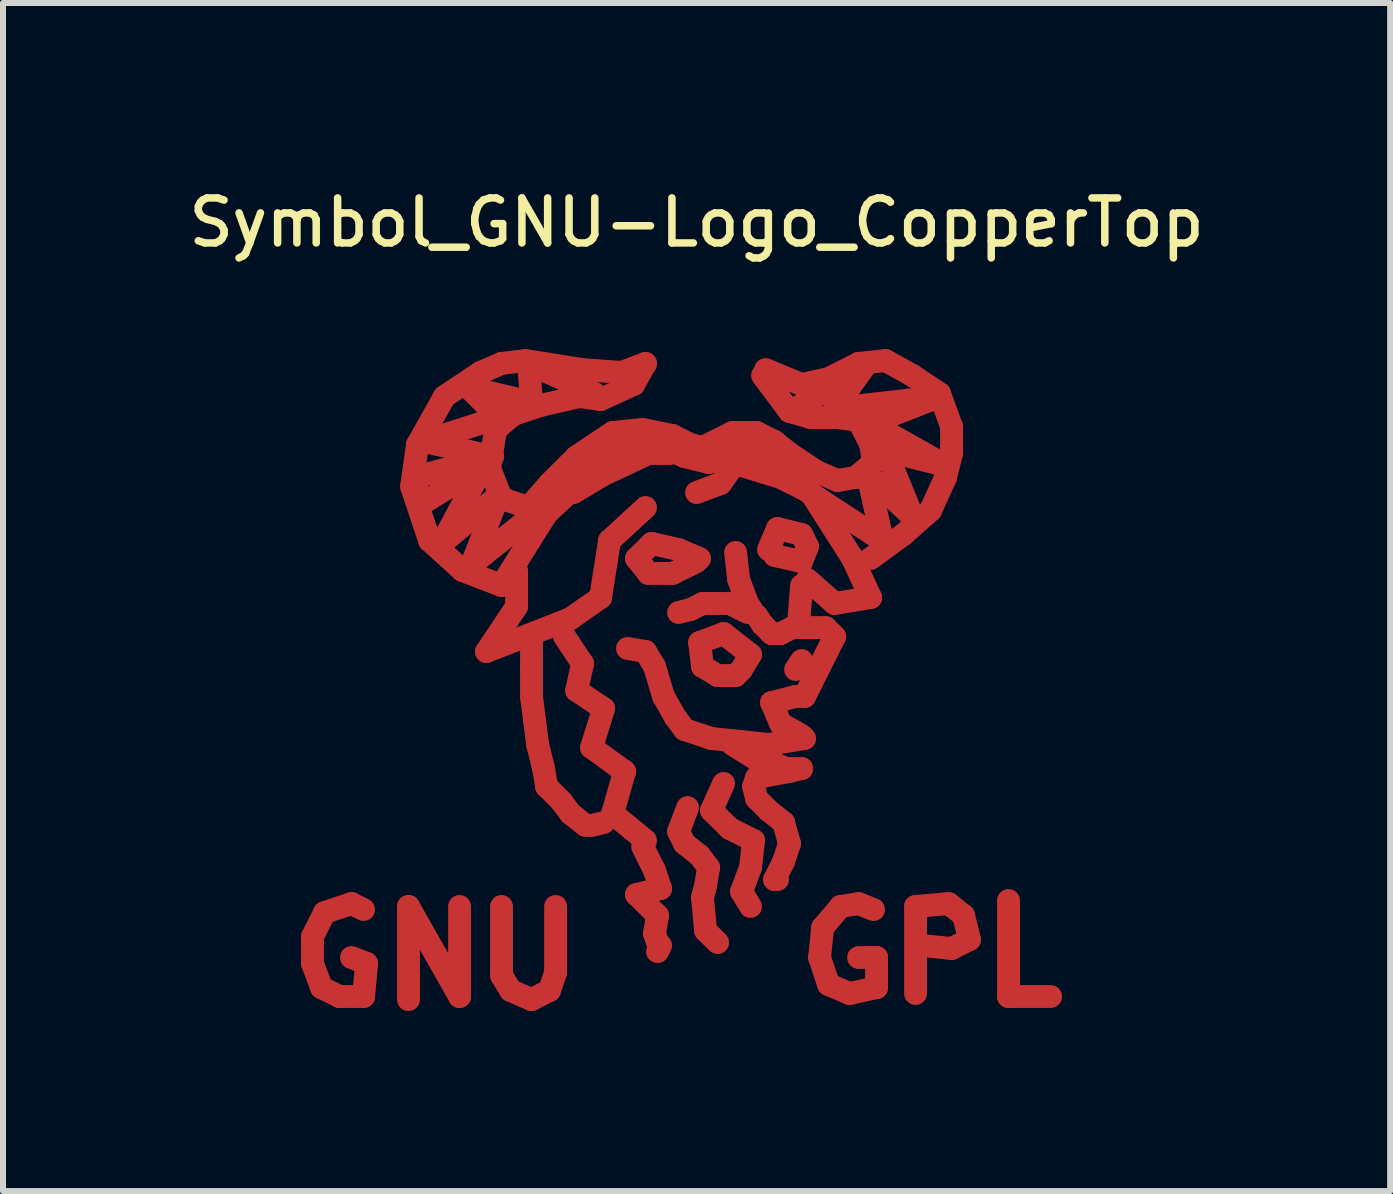
<source format=kicad_pcb>
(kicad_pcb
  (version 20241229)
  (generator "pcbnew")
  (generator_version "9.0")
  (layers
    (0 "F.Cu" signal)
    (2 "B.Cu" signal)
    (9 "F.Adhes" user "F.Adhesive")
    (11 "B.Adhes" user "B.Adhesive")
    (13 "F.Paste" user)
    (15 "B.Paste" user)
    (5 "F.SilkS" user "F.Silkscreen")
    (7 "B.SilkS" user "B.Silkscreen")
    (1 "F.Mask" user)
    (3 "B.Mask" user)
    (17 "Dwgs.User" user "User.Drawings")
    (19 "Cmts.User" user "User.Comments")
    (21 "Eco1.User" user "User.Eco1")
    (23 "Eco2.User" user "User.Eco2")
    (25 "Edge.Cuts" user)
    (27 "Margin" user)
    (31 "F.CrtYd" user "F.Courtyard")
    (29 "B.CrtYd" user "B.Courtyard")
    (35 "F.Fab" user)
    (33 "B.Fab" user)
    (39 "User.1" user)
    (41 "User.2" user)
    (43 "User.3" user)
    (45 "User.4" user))
  (footprint "Symbol_GNU-Logo_CopperTop"
    (layer "F.Cu")
    (at 8.559 6.708)
    (property "Reference" "Symbol_GNU-Logo_CopperTop" (at 0 -6.05 0) (layer "F.SilkS") (effects (font (size 0.75 0.75) (thickness 0.125))))
    (attr exclude_from_pos_files exclude_from_bom allow_missing_courtyard)
    (fp_line (start -6.401 5.85) (end -6.401 6.299) (stroke (width 0.381) (type solid)) (layer "F.Cu"))
    (fp_line (start -6.401 6.299) (end -6.251 6.701) (stroke (width 0.381) (type solid)) (layer "F.Cu"))
    (fp_line (start -6.251 6.701) (end -5.951 6.85) (stroke (width 0.381) (type solid)) (layer "F.Cu"))
    (fp_line (start -6.2 5.451) (end -6.401 5.85) (stroke (width 0.381) (type solid)) (layer "F.Cu"))
    (fp_line (start -5.951 6.85) (end -5.55 6.85) (stroke (width 0.381) (type solid)) (layer "F.Cu"))
    (fp_line (start -5.751 5.301) (end -6.2 5.451) (stroke (width 0.381) (type solid)) (layer "F.Cu"))
    (fp_line (start -5.55 5.4) (end -5.751 5.301) (stroke (width 0.381) (type solid)) (layer "F.Cu"))
    (fp_line (start -5.55 6.85) (end -5.499 6.299) (stroke (width 0.381) (type solid)) (layer "F.Cu"))
    (fp_line (start -5.499 6.299) (end -5.751 6.2) (stroke (width 0.381) (type solid)) (layer "F.Cu"))
    (fp_line (start -4.801 5.349) (end -3.95 6.85) (stroke (width 0.381) (type solid)) (layer "F.Cu"))
    (fp_line (start -4.801 6.901) (end -4.801 5.349) (stroke (width 0.381) (type solid)) (layer "F.Cu"))
    (fp_line (start -4.75 -1.651) (end -4.45 -0.749) (stroke (width 0.381) (type solid)) (layer "F.Cu"))
    (fp_line (start -4.699 -1.801) (end -3.401 -2.149) (stroke (width 0.381) (type solid)) (layer "F.Cu"))
    (fp_line (start -4.651 -2.349) (end -4.75 -1.651) (stroke (width 0.381) (type solid)) (layer "F.Cu"))
    (fp_line (start -4.6 -1.349) (end -4.699 -1.801) (stroke (width 0.381) (type solid)) (layer "F.Cu"))
    (fp_line (start -4.549 -2.4) (end -3.299 -2.799) (stroke (width 0.381) (type solid)) (layer "F.Cu"))
    (fp_line (start -4.45 -0.749) (end -3.899 -0.249) (stroke (width 0.381) (type solid)) (layer "F.Cu"))
    (fp_line (start -4.249 -0.701) (end -3.551 -1.999) (stroke (width 0.381) (type solid)) (layer "F.Cu"))
    (fp_line (start -4.201 -3.15) (end -4.651 -2.349) (stroke (width 0.381) (type solid)) (layer "F.Cu"))
    (fp_line (start -3.95 6.85) (end -3.95 5.349) (stroke (width 0.381) (type solid)) (layer "F.Cu"))
    (fp_line (start -3.899 -0.249) (end -3.251 0) (stroke (width 0.381) (type solid)) (layer "F.Cu"))
    (fp_line (start -3.8 -3.299) (end -2.751 -3.051) (stroke (width 0.381) (type solid)) (layer "F.Cu"))
    (fp_line (start -3.749 -0.351) (end -3.299 -1.501) (stroke (width 0.381) (type solid)) (layer "F.Cu"))
    (fp_line (start -3.599 -3.551) (end -4.201 -3.15) (stroke (width 0.381) (type solid)) (layer "F.Cu"))
    (fp_line (start -3.551 -1.999) (end -4.6 -1.349) (stroke (width 0.381) (type solid)) (layer "F.Cu"))
    (fp_line (start -3.5 1.1) (end -2.101 0.551) (stroke (width 0.381) (type solid)) (layer "F.Cu"))
    (fp_line (start -3.449 -1.951) (end -3.35 -2.601) (stroke (width 0.381) (type solid)) (layer "F.Cu"))
    (fp_line (start -3.401 -2.149) (end -4.549 -2.4) (stroke (width 0.381) (type solid)) (layer "F.Cu"))
    (fp_line (start -3.35 -2.601) (end -3.051 -2.85) (stroke (width 0.381) (type solid)) (layer "F.Cu"))
    (fp_line (start -3.299 -2.799) (end -3.8 -3.299) (stroke (width 0.381) (type solid)) (layer "F.Cu"))
    (fp_line (start -3.299 -1.501) (end -4.249 -0.701) (stroke (width 0.381) (type solid)) (layer "F.Cu"))
    (fp_line (start -3.251 -3.701) (end -3.599 -3.551) (stroke (width 0.381) (type solid)) (layer "F.Cu"))
    (fp_line (start -3.251 -1.45) (end -3.449 -1.951) (stroke (width 0.381) (type solid)) (layer "F.Cu"))
    (fp_line (start -3.251 0) (end -2.499 -1.199) (stroke (width 0.381) (type solid)) (layer "F.Cu"))
    (fp_line (start -3.251 5.349) (end -3.251 6.5) (stroke (width 0.381) (type solid)) (layer "F.Cu"))
    (fp_line (start -3.251 6.5) (end -3.099 6.749) (stroke (width 0.381) (type solid)) (layer "F.Cu"))
    (fp_line (start -3.099 6.749) (end -2.751 6.901) (stroke (width 0.381) (type solid)) (layer "F.Cu"))
    (fp_line (start -3.051 -2.85) (end -2.601 -3) (stroke (width 0.381) (type solid)) (layer "F.Cu"))
    (fp_line (start -3 -0.249) (end -3 0.351) (stroke (width 0.381) (type solid)) (layer "F.Cu"))
    (fp_line (start -3 0.351) (end -3.5 1.1) (stroke (width 0.381) (type solid)) (layer "F.Cu"))
    (fp_line (start -2.85 -3.749) (end -3.251 -3.701) (stroke (width 0.381) (type solid)) (layer "F.Cu"))
    (fp_line (start -2.799 -3.701) (end -1.699 -3.2) (stroke (width 0.381) (type solid)) (layer "F.Cu"))
    (fp_line (start -2.799 -1.3) (end -3.251 -1.45) (stroke (width 0.381) (type solid)) (layer "F.Cu"))
    (fp_line (start -2.751 -3.051) (end -2.799 -3.701) (stroke (width 0.381) (type solid)) (layer "F.Cu"))
    (fp_line (start -2.751 -1.151) (end -3.749 -0.351) (stroke (width 0.381) (type solid)) (layer "F.Cu"))
    (fp_line (start -2.751 1.349) (end -2.751 0.851) (stroke (width 0.381) (type solid)) (layer "F.Cu"))
    (fp_line (start -2.751 1.849) (end -2.751 1.349) (stroke (width 0.381) (type solid)) (layer "F.Cu"))
    (fp_line (start -2.751 6.901) (end -2.451 6.749) (stroke (width 0.381) (type solid)) (layer "F.Cu"))
    (fp_line (start -2.7 2.25) (end -2.751 1.849) (stroke (width 0.381) (type solid)) (layer "F.Cu"))
    (fp_line (start -2.649 2.649) (end -2.7 2.25) (stroke (width 0.381) (type solid)) (layer "F.Cu"))
    (fp_line (start -2.601 -3) (end -1.951 -3.15) (stroke (width 0.381) (type solid)) (layer "F.Cu"))
    (fp_line (start -2.55 3.051) (end -2.649 2.649) (stroke (width 0.381) (type solid)) (layer "F.Cu"))
    (fp_line (start -2.499 -1.199) (end -1.801 -1.849) (stroke (width 0.381) (type solid)) (layer "F.Cu"))
    (fp_line (start -2.499 3.35) (end -2.55 3.051) (stroke (width 0.381) (type solid)) (layer "F.Cu"))
    (fp_line (start -2.451 -1.699) (end -2.799 -1.3) (stroke (width 0.381) (type solid)) (layer "F.Cu"))
    (fp_line (start -2.451 6.749) (end -2.349 6.449) (stroke (width 0.381) (type solid)) (layer "F.Cu"))
    (fp_line (start -2.349 6.449) (end -2.349 5.349) (stroke (width 0.381) (type solid)) (layer "F.Cu"))
    (fp_line (start -2.25 3.599) (end -2.499 3.35) (stroke (width 0.381) (type solid)) (layer "F.Cu"))
    (fp_line (start -2.2 0.851) (end -1.9 1.3) (stroke (width 0.381) (type solid)) (layer "F.Cu"))
    (fp_line (start -2.101 0.551) (end -1.6 0.201) (stroke (width 0.381) (type solid)) (layer "F.Cu"))
    (fp_line (start -2.101 3.8) (end -2.25 3.599) (stroke (width 0.381) (type solid)) (layer "F.Cu"))
    (fp_line (start -2.05 -1.549) (end -1.549 -1.849) (stroke (width 0.381) (type solid)) (layer "F.Cu"))
    (fp_line (start -1.999 -2.149) (end -2.451 -1.699) (stroke (width 0.381) (type solid)) (layer "F.Cu"))
    (fp_line (start -1.999 1.75) (end -1.549 2.05) (stroke (width 0.381) (type solid)) (layer "F.Cu"))
    (fp_line (start -1.951 -3.15) (end -1.6 -3.099) (stroke (width 0.381) (type solid)) (layer "F.Cu"))
    (fp_line (start -1.9 -3.599) (end -2.85 -3.749) (stroke (width 0.381) (type solid)) (layer "F.Cu"))
    (fp_line (start -1.9 1.3) (end -1.999 1.75) (stroke (width 0.381) (type solid)) (layer "F.Cu"))
    (fp_line (start -1.849 4) (end -2.101 3.8) (stroke (width 0.381) (type solid)) (layer "F.Cu"))
    (fp_line (start -1.801 -1.849) (end -1.199 -2.301) (stroke (width 0.381) (type solid)) (layer "F.Cu"))
    (fp_line (start -1.75 2.7) (end -1.199 3.099) (stroke (width 0.381) (type solid)) (layer "F.Cu"))
    (fp_line (start -1.75 4) (end -1.549 3.95) (stroke (width 0.381) (type solid)) (layer "F.Cu"))
    (fp_line (start -1.6 -3.099) (end -1.049 -3.35) (stroke (width 0.381) (type solid)) (layer "F.Cu"))
    (fp_line (start -1.6 0.201) (end -1.45 -0.749) (stroke (width 0.381) (type solid)) (layer "F.Cu"))
    (fp_line (start -1.549 -1.849) (end -0.8 -2.2) (stroke (width 0.381) (type solid)) (layer "F.Cu"))
    (fp_line (start -1.549 2.05) (end -1.75 2.7) (stroke (width 0.381) (type solid)) (layer "F.Cu"))
    (fp_line (start -1.45 -0.749) (end -0.851 -1.3) (stroke (width 0.381) (type solid)) (layer "F.Cu"))
    (fp_line (start -1.4 -2.55) (end -1.999 -2.149) (stroke (width 0.381) (type solid)) (layer "F.Cu"))
    (fp_line (start -1.4 3.8) (end -0.851 4.249) (stroke (width 0.381) (type solid)) (layer "F.Cu"))
    (fp_line (start -1.25 -3.551) (end -1.9 -3.599) (stroke (width 0.381) (type solid)) (layer "F.Cu"))
    (fp_line (start -1.199 -2.301) (end -0.65 -2.349) (stroke (width 0.381) (type solid)) (layer "F.Cu"))
    (fp_line (start -1.199 3.099) (end -1.4 3.8) (stroke (width 0.381) (type solid)) (layer "F.Cu"))
    (fp_line (start -1.049 -3.35) (end -0.851 -3.701) (stroke (width 0.381) (type solid)) (layer "F.Cu"))
    (fp_line (start -1.001 -0.45) (end -0.8 -0.201) (stroke (width 0.381) (type solid)) (layer "F.Cu"))
    (fp_line (start -1.001 5.151) (end -0.65 5.499) (stroke (width 0.381) (type solid)) (layer "F.Cu"))
    (fp_line (start -0.899 -2.601) (end -1.4 -2.55) (stroke (width 0.381) (type solid)) (layer "F.Cu"))
    (fp_line (start -0.899 4.351) (end -0.701 4.75) (stroke (width 0.381) (type solid)) (layer "F.Cu"))
    (fp_line (start -0.851 -3.701) (end -1.25 -3.551) (stroke (width 0.381) (type solid)) (layer "F.Cu"))
    (fp_line (start -0.851 1.1) (end -1.151 1.049) (stroke (width 0.381) (type solid)) (layer "F.Cu"))
    (fp_line (start -0.8 -2.2) (end -0.45 -2.2) (stroke (width 0.381) (type solid)) (layer "F.Cu"))
    (fp_line (start -0.8 -0.201) (end -0.399 -0.201) (stroke (width 0.381) (type solid)) (layer "F.Cu"))
    (fp_line (start -0.749 -0.701) (end -1.001 -0.45) (stroke (width 0.381) (type solid)) (layer "F.Cu"))
    (fp_line (start -0.701 1.349) (end -0.851 1.1) (stroke (width 0.381) (type solid)) (layer "F.Cu"))
    (fp_line (start -0.701 4.75) (end -0.599 5.05) (stroke (width 0.381) (type solid)) (layer "F.Cu"))
    (fp_line (start -0.701 5.799) (end -0.65 5.951) (stroke (width 0.381) (type solid)) (layer "F.Cu"))
    (fp_line (start -0.65 -2.349) (end -0.201 -2.149) (stroke (width 0.381) (type solid)) (layer "F.Cu"))
    (fp_line (start -0.65 5.499) (end -0.701 5.799) (stroke (width 0.381) (type solid)) (layer "F.Cu"))
    (fp_line (start -0.599 5.05) (end -1.001 5.151) (stroke (width 0.381) (type solid)) (layer "F.Cu"))
    (fp_line (start -0.599 5.999) (end -0.65 6.101) (stroke (width 0.381) (type solid)) (layer "F.Cu"))
    (fp_line (start -0.551 1.849) (end -0.701 1.349) (stroke (width 0.381) (type solid)) (layer "F.Cu"))
    (fp_line (start -0.399 -2.499) (end -0.899 -2.601) (stroke (width 0.381) (type solid)) (layer "F.Cu"))
    (fp_line (start -0.399 -0.201) (end 0 -0.399) (stroke (width 0.381) (type solid)) (layer "F.Cu"))
    (fp_line (start -0.351 2.2) (end -0.551 1.849) (stroke (width 0.381) (type solid)) (layer "F.Cu"))
    (fp_line (start -0.3 -0.599) (end -0.749 -0.701) (stroke (width 0.381) (type solid)) (layer "F.Cu"))
    (fp_line (start -0.3 4.1) (end -0.201 4.3) (stroke (width 0.381) (type solid)) (layer "F.Cu"))
    (fp_line (start -0.201 -2.149) (end 0.201 -2.05) (stroke (width 0.381) (type solid)) (layer "F.Cu"))
    (fp_line (start -0.201 2.4) (end -0.351 2.2) (stroke (width 0.381) (type solid)) (layer "F.Cu"))
    (fp_line (start -0.201 4.3) (end 0.051 4.501) (stroke (width 0.381) (type solid)) (layer "F.Cu"))
    (fp_line (start -0.15 3.701) (end -0.3 4.1) (stroke (width 0.381) (type solid)) (layer "F.Cu"))
    (fp_line (start -0.099 -2.349) (end -0.399 -2.499) (stroke (width 0.381) (type solid)) (layer "F.Cu"))
    (fp_line (start -0.099 0.399) (end -0.3 0.45) (stroke (width 0.381) (type solid)) (layer "F.Cu"))
    (fp_line (start 0 -1.549) (end 0.399 -1.699) (stroke (width 0.381) (type solid)) (layer "F.Cu"))
    (fp_line (start 0.051 -0.45) (end -0.3 -0.599) (stroke (width 0.381) (type solid)) (layer "F.Cu"))
    (fp_line (start 0.051 0.95) (end 0.099 1.349) (stroke (width 0.381) (type solid)) (layer "F.Cu"))
    (fp_line (start 0.051 4.501) (end 0.201 4.699) (stroke (width 0.381) (type solid)) (layer "F.Cu"))
    (fp_line (start 0.099 -2.301) (end -0.099 -2.349) (stroke (width 0.381) (type solid)) (layer "F.Cu"))
    (fp_line (start 0.099 0.3) (end -0.099 0.399) (stroke (width 0.381) (type solid)) (layer "F.Cu"))
    (fp_line (start 0.099 1.349) (end 0.351 1.501) (stroke (width 0.381) (type solid)) (layer "F.Cu"))
    (fp_line (start 0.099 5.199) (end 0.15 5.751) (stroke (width 0.381) (type solid)) (layer "F.Cu"))
    (fp_line (start 0.15 5.001) (end 0.099 5.199) (stroke (width 0.381) (type solid)) (layer "F.Cu"))
    (fp_line (start 0.15 5.751) (end 0.351 5.951) (stroke (width 0.381) (type solid)) (layer "F.Cu"))
    (fp_line (start 0.201 -2.05) (end 0.65 -2.2) (stroke (width 0.381) (type solid)) (layer "F.Cu"))
    (fp_line (start 0.201 4.699) (end 0.15 5.001) (stroke (width 0.381) (type solid)) (layer "F.Cu"))
    (fp_line (start 0.249 0.3) (end 0.099 0.3) (stroke (width 0.381) (type solid)) (layer "F.Cu"))
    (fp_line (start 0.249 2.55) (end -0.201 2.4) (stroke (width 0.381) (type solid)) (layer "F.Cu"))
    (fp_line (start 0.249 3.749) (end 0.551 4.049) (stroke (width 0.381) (type solid)) (layer "F.Cu"))
    (fp_line (start 0.351 1.501) (end 0.65 1.501) (stroke (width 0.381) (type solid)) (layer "F.Cu"))
    (fp_line (start 0.399 -1.699) (end 0.65 -2.05) (stroke (width 0.381) (type solid)) (layer "F.Cu"))
    (fp_line (start 0.45 0.8) (end 0.051 0.95) (stroke (width 0.381) (type solid)) (layer "F.Cu"))
    (fp_line (start 0.45 3.299) (end 0.249 3.749) (stroke (width 0.381) (type solid)) (layer "F.Cu"))
    (fp_line (start 0.551 0.3) (end 0.249 0.3) (stroke (width 0.381) (type solid)) (layer "F.Cu"))
    (fp_line (start 0.551 4.049) (end 0.95 4.249) (stroke (width 0.381) (type solid)) (layer "F.Cu"))
    (fp_line (start 0.599 -2.55) (end 0.099 -2.301) (stroke (width 0.381) (type solid)) (layer "F.Cu"))
    (fp_line (start 0.599 2.649) (end 1.001 2.901) (stroke (width 0.381) (type solid)) (layer "F.Cu"))
    (fp_line (start 0.65 -2.2) (end 1.1 -2.101) (stroke (width 0.381) (type solid)) (layer "F.Cu"))
    (fp_line (start 0.65 -0.551) (end 0.701 -0.099) (stroke (width 0.381) (type solid)) (layer "F.Cu"))
    (fp_line (start 0.65 1.501) (end 0.749 1.4) (stroke (width 0.381) (type solid)) (layer "F.Cu"))
    (fp_line (start 0.701 -0.099) (end 0.851 0.3) (stroke (width 0.381) (type solid)) (layer "F.Cu"))
    (fp_line (start 0.749 -1.999) (end 1.4 -1.801) (stroke (width 0.381) (type solid)) (layer "F.Cu"))
    (fp_line (start 0.749 1.4) (end 0.899 1.151) (stroke (width 0.381) (type solid)) (layer "F.Cu"))
    (fp_line (start 0.749 2.601) (end 0.249 2.55) (stroke (width 0.381) (type solid)) (layer "F.Cu"))
    (fp_line (start 0.749 5.1) (end 0.899 5.349) (stroke (width 0.381) (type solid)) (layer "F.Cu"))
    (fp_line (start 0.851 -2.301) (end 1.1 -2.25) (stroke (width 0.381) (type solid)) (layer "F.Cu"))
    (fp_line (start 0.851 0.3) (end 0.95 0.45) (stroke (width 0.381) (type solid)) (layer "F.Cu"))
    (fp_line (start 0.851 0.45) (end 0.551 0.3) (stroke (width 0.381) (type solid)) (layer "F.Cu"))
    (fp_line (start 0.899 1.151) (end 0.45 0.8) (stroke (width 0.381) (type solid)) (layer "F.Cu"))
    (fp_line (start 0.899 4.699) (end 0.749 5.1) (stroke (width 0.381) (type solid)) (layer "F.Cu"))
    (fp_line (start 0.95 3.35) (end 1.001 3.551) (stroke (width 0.381) (type solid)) (layer "F.Cu"))
    (fp_line (start 0.95 4.249) (end 0.899 4.699) (stroke (width 0.381) (type solid)) (layer "F.Cu"))
    (fp_line (start 1.001 -2.55) (end 0.599 -2.55) (stroke (width 0.381) (type solid)) (layer "F.Cu"))
    (fp_line (start 1.001 0.5) (end 1.1 0.65) (stroke (width 0.381) (type solid)) (layer "F.Cu"))
    (fp_line (start 1.001 2.901) (end 1.25 2.901) (stroke (width 0.381) (type solid)) (layer "F.Cu"))
    (fp_line (start 1.001 3.2) (end 0.95 3.35) (stroke (width 0.381) (type solid)) (layer "F.Cu"))
    (fp_line (start 1.001 3.551) (end 1.199 3.749) (stroke (width 0.381) (type solid)) (layer "F.Cu"))
    (fp_line (start 1.1 -3.5) (end 1.549 -2.901) (stroke (width 0.381) (type solid)) (layer "F.Cu"))
    (fp_line (start 1.1 -2.101) (end 1.699 -1.801) (stroke (width 0.381) (type solid)) (layer "F.Cu"))
    (fp_line (start 1.1 0.65) (end 1.25 0.8) (stroke (width 0.381) (type solid)) (layer "F.Cu"))
    (fp_line (start 1.151 -3.599) (end 1.75 -3.35) (stroke (width 0.381) (type solid)) (layer "F.Cu"))
    (fp_line (start 1.199 -0.599) (end 1.349 -0.95) (stroke (width 0.381) (type solid)) (layer "F.Cu"))
    (fp_line (start 1.199 2.649) (end 0.749 2.601) (stroke (width 0.381) (type solid)) (layer "F.Cu"))
    (fp_line (start 1.199 3.749) (end 1.45 3.95) (stroke (width 0.381) (type solid)) (layer "F.Cu"))
    (fp_line (start 1.25 0.8) (end 1.4 0.8) (stroke (width 0.381) (type solid)) (layer "F.Cu"))
    (fp_line (start 1.25 1.951) (end 1.4 2.301) (stroke (width 0.381) (type solid)) (layer "F.Cu"))
    (fp_line (start 1.25 2.949) (end 1.501 3.051) (stroke (width 0.381) (type solid)) (layer "F.Cu"))
    (fp_line (start 1.3 -2.4) (end 1.001 -2.55) (stroke (width 0.381) (type solid)) (layer "F.Cu"))
    (fp_line (start 1.3 4.9) (end 1.349 4.9) (stroke (width 0.381) (type solid)) (layer "F.Cu"))
    (fp_line (start 1.349 -0.95) (end 1.75 -0.851) (stroke (width 0.381) (type solid)) (layer "F.Cu"))
    (fp_line (start 1.4 -1.801) (end 1.801 -1.6) (stroke (width 0.381) (type solid)) (layer "F.Cu"))
    (fp_line (start 1.4 0.8) (end 1.6 0.701) (stroke (width 0.381) (type solid)) (layer "F.Cu"))
    (fp_line (start 1.4 2.301) (end 1.75 2.499) (stroke (width 0.381) (type solid)) (layer "F.Cu"))
    (fp_line (start 1.45 3.95) (end 1.549 4.3) (stroke (width 0.381) (type solid)) (layer "F.Cu"))
    (fp_line (start 1.45 4.6) (end 1.3 4.9) (stroke (width 0.381) (type solid)) (layer "F.Cu"))
    (fp_line (start 1.501 3.051) (end 1.75 3.051) (stroke (width 0.381) (type solid)) (layer "F.Cu"))
    (fp_line (start 1.549 -2.901) (end 1.9 -2.799) (stroke (width 0.381) (type solid)) (layer "F.Cu"))
    (fp_line (start 1.549 -2.2) (end 1.3 -2.4) (stroke (width 0.381) (type solid)) (layer "F.Cu"))
    (fp_line (start 1.549 3.099) (end 1.001 3.2) (stroke (width 0.381) (type solid)) (layer "F.Cu"))
    (fp_line (start 1.549 4.3) (end 1.45 4.6) (stroke (width 0.381) (type solid)) (layer "F.Cu"))
    (fp_line (start 1.6 0.701) (end 1.801 0.701) (stroke (width 0.381) (type solid)) (layer "F.Cu"))
    (fp_line (start 1.651 1.849) (end 1.25 1.951) (stroke (width 0.381) (type solid)) (layer "F.Cu"))
    (fp_line (start 1.699 -1.801) (end 1.9 -1.549) (stroke (width 0.381) (type solid)) (layer "F.Cu"))
    (fp_line (start 1.75 -3.35) (end 2.2 -3.449) (stroke (width 0.381) (type solid)) (layer "F.Cu"))
    (fp_line (start 1.75 -0.851) (end 1.849 -0.65) (stroke (width 0.381) (type solid)) (layer "F.Cu"))
    (fp_line (start 1.75 -0.399) (end 1.3 -0.5) (stroke (width 0.381) (type solid)) (layer "F.Cu"))
    (fp_line (start 1.75 0) (end 1.699 0.65) (stroke (width 0.381) (type solid)) (layer "F.Cu"))
    (fp_line (start 1.75 0.701) (end 2.149 0.701) (stroke (width 0.381) (type solid)) (layer "F.Cu"))
    (fp_line (start 1.75 1.25) (end 1.651 1.4) (stroke (width 0.381) (type solid)) (layer "F.Cu"))
    (fp_line (start 1.75 3.051) (end 1.549 3.099) (stroke (width 0.381) (type solid)) (layer "F.Cu"))
    (fp_line (start 1.801 -1.6) (end 3.099 -0.749) (stroke (width 0.381) (type solid)) (layer "F.Cu"))
    (fp_line (start 1.801 1.849) (end 1.651 1.849) (stroke (width 0.381) (type solid)) (layer "F.Cu"))
    (fp_line (start 1.801 2.55) (end 1.199 2.649) (stroke (width 0.381) (type solid)) (layer "F.Cu"))
    (fp_line (start 1.849 -0.65) (end 1.75 -0.399) (stroke (width 0.381) (type solid)) (layer "F.Cu"))
    (fp_line (start 1.9 -2.799) (end 2.349 -2.799) (stroke (width 0.381) (type solid)) (layer "F.Cu"))
    (fp_line (start 1.9 -1.549) (end 2.601 -0.45) (stroke (width 0.381) (type solid)) (layer "F.Cu"))
    (fp_line (start 1.999 -1.9) (end 1.549 -2.2) (stroke (width 0.381) (type solid)) (layer "F.Cu"))
    (fp_line (start 2.05 6.2) (end 2.2 6.65) (stroke (width 0.381) (type solid)) (layer "F.Cu"))
    (fp_line (start 2.101 5.7) (end 2.05 6.2) (stroke (width 0.381) (type solid)) (layer "F.Cu"))
    (fp_line (start 2.149 0.701) (end 2.301 0.851) (stroke (width 0.381) (type solid)) (layer "F.Cu"))
    (fp_line (start 2.2 -3.449) (end 2.7 -3.701) (stroke (width 0.381) (type solid)) (layer "F.Cu"))
    (fp_line (start 2.2 6.65) (end 2.55 6.8) (stroke (width 0.381) (type solid)) (layer "F.Cu"))
    (fp_line (start 2.301 -2.949) (end 2.799 -3.65) (stroke (width 0.381) (type solid)) (layer "F.Cu"))
    (fp_line (start 2.301 0.3) (end 1.849 -0.099) (stroke (width 0.381) (type solid)) (layer "F.Cu"))
    (fp_line (start 2.301 0.851) (end 1.801 1.849) (stroke (width 0.381) (type solid)) (layer "F.Cu"))
    (fp_line (start 2.349 -2.799) (end 2.7 -2.751) (stroke (width 0.381) (type solid)) (layer "F.Cu"))
    (fp_line (start 2.349 -1.75) (end 1.999 -1.9) (stroke (width 0.381) (type solid)) (layer "F.Cu"))
    (fp_line (start 2.4 5.349) (end 2.101 5.7) (stroke (width 0.381) (type solid)) (layer "F.Cu"))
    (fp_line (start 2.55 6.8) (end 3 6.701) (stroke (width 0.381) (type solid)) (layer "F.Cu"))
    (fp_line (start 2.601 -0.45) (end 2.901 0.201) (stroke (width 0.381) (type solid)) (layer "F.Cu"))
    (fp_line (start 2.649 -1.801) (end 2.349 -1.75) (stroke (width 0.381) (type solid)) (layer "F.Cu"))
    (fp_line (start 2.7 -3.701) (end 3.15 -3.749) (stroke (width 0.381) (type solid)) (layer "F.Cu"))
    (fp_line (start 2.7 -2.751) (end 2.901 -2.349) (stroke (width 0.381) (type solid)) (layer "F.Cu"))
    (fp_line (start 2.7 5.301) (end 2.4 5.349) (stroke (width 0.381) (type solid)) (layer "F.Cu"))
    (fp_line (start 2.799 -3.65) (end 1.651 -2.949) (stroke (width 0.381) (type solid)) (layer "F.Cu"))
    (fp_line (start 2.85 -1.849) (end 3.599 -1.151) (stroke (width 0.381) (type solid)) (layer "F.Cu"))
    (fp_line (start 2.901 -2.7) (end 4.049 -3.15) (stroke (width 0.381) (type solid)) (layer "F.Cu"))
    (fp_line (start 2.901 -2.349) (end 2.949 -2.05) (stroke (width 0.381) (type solid)) (layer "F.Cu"))
    (fp_line (start 2.901 0.201) (end 2.301 0.3) (stroke (width 0.381) (type solid)) (layer "F.Cu"))
    (fp_line (start 2.949 -2.05) (end 2.649 -1.801) (stroke (width 0.381) (type solid)) (layer "F.Cu"))
    (fp_line (start 2.949 5.4) (end 2.7 5.301) (stroke (width 0.381) (type solid)) (layer "F.Cu"))
    (fp_line (start 3 6.2) (end 2.7 6.2) (stroke (width 0.381) (type solid)) (layer "F.Cu"))
    (fp_line (start 3 6.701) (end 3 6.2) (stroke (width 0.381) (type solid)) (layer "F.Cu"))
    (fp_line (start 3.099 -0.749) (end 2.85 -1.849) (stroke (width 0.381) (type solid)) (layer "F.Cu"))
    (fp_line (start 3.15 -3.749) (end 3.599 -3.5) (stroke (width 0.381) (type solid)) (layer "F.Cu"))
    (fp_line (start 3.15 -2.25) (end 4.15 -1.999) (stroke (width 0.381) (type solid)) (layer "F.Cu"))
    (fp_line (start 3.449 -0.851) (end 2.901 -0.45) (stroke (width 0.381) (type solid)) (layer "F.Cu"))
    (fp_line (start 3.599 -3.5) (end 4.049 -3.2) (stroke (width 0.381) (type solid)) (layer "F.Cu"))
    (fp_line (start 3.599 -1.151) (end 3.15 -2.25) (stroke (width 0.381) (type solid)) (layer "F.Cu"))
    (fp_line (start 3.65 5.349) (end 4.201 5.301) (stroke (width 0.381) (type solid)) (layer "F.Cu"))
    (fp_line (start 3.65 6.8) (end 3.65 5.349) (stroke (width 0.381) (type solid)) (layer "F.Cu"))
    (fp_line (start 3.899 -1.25) (end 3.449 -0.851) (stroke (width 0.381) (type solid)) (layer "F.Cu"))
    (fp_line (start 4.049 -3.2) (end 4.249 -2.649) (stroke (width 0.381) (type solid)) (layer "F.Cu"))
    (fp_line (start 4.049 -3.15) (end 2.301 -2.949) (stroke (width 0.381) (type solid)) (layer "F.Cu"))
    (fp_line (start 4.15 -1.999) (end 2.901 -2.7) (stroke (width 0.381) (type solid)) (layer "F.Cu"))
    (fp_line (start 4.15 -1.801) (end 3.899 -1.25) (stroke (width 0.381) (type solid)) (layer "F.Cu"))
    (fp_line (start 4.201 5.301) (end 4.45 5.499) (stroke (width 0.381) (type solid)) (layer "F.Cu"))
    (fp_line (start 4.249 -2.649) (end 4.249 -2.2) (stroke (width 0.381) (type solid)) (layer "F.Cu"))
    (fp_line (start 4.249 -2.2) (end 4.15 -1.801) (stroke (width 0.381) (type solid)) (layer "F.Cu"))
    (fp_line (start 4.249 6.05) (end 3.749 5.999) (stroke (width 0.381) (type solid)) (layer "F.Cu"))
    (fp_line (start 4.45 5.499) (end 4.549 5.9) (stroke (width 0.381) (type solid)) (layer "F.Cu"))
    (fp_line (start 4.549 5.9) (end 4.249 6.05) (stroke (width 0.381) (type solid)) (layer "F.Cu"))
    (fp_line (start 5.199 5.25) (end 5.199 6.85) (stroke (width 0.381) (type solid)) (layer "F.Cu"))
    (fp_line (start 5.199 6.85) (end 5.9 6.85) (stroke (width 0.381) (type solid)) (layer "F.Cu")))
  (gr_rect
    (start -3 -3)
    (end 20.118 16.8)
    (stroke (width 0.1) (type default))
    (fill no)
    (layer "Edge.Cuts")))
</source>
